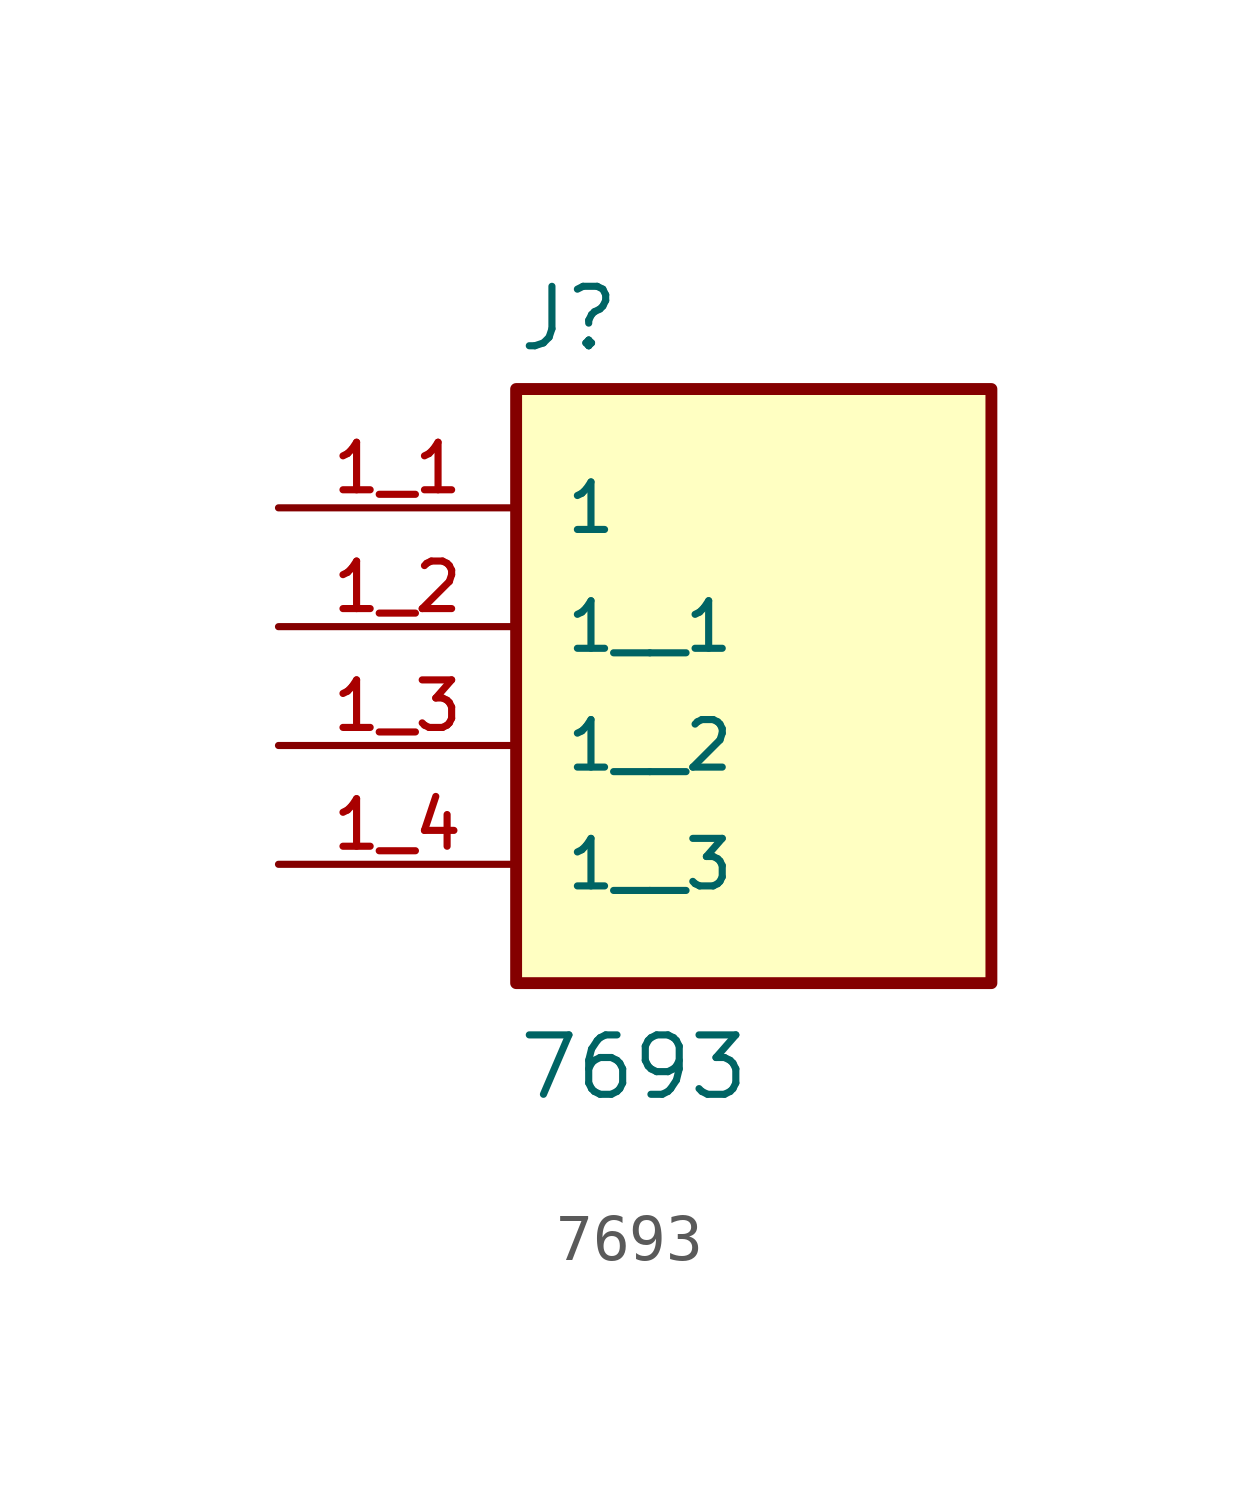
<source format=kicad_sym>
(kicad_symbol_lib
  (version 20211014)
  (generator kicad_symbol_editor)
  (symbol "7693"
    (pin_names
      (offset 1.016))
    (property "Reference" "J"
      (at -5.08 3.302 0)
      (effects (font (size 1.27 1.27)) (justify bottom left)))
    (property "Value" "7693"
      (at -5.08 -12.7 0)
      (effects (font (size 1.27 1.27)) (justify bottom left)))
    (symbol "7693_0_0"
      (rectangle (start -5.08 -10.16) (end 5.08 2.54) (stroke (width 0.254)) (fill (type background)))
      (pin passive line (at -10.16 0.0 0) (length 5.08) (name "1" (effects (font (size 1.016 1.016)))) (number "1_1" (effects (font (size 1.016 1.016)))))
      (pin passive line (at -10.16 -2.54 0) (length 5.08) (name "1__1" (effects (font (size 1.016 1.016)))) (number "1_2" (effects (font (size 1.016 1.016)))))
      (pin passive line (at -10.16 -5.08 0) (length 5.08) (name "1__2" (effects (font (size 1.016 1.016)))) (number "1_3" (effects (font (size 1.016 1.016)))))
      (pin passive line (at -10.16 -7.62 0) (length 5.08) (name "1__3" (effects (font (size 1.016 1.016)))) (number "1_4" (effects (font (size 1.016 1.016))))))))
</source>
